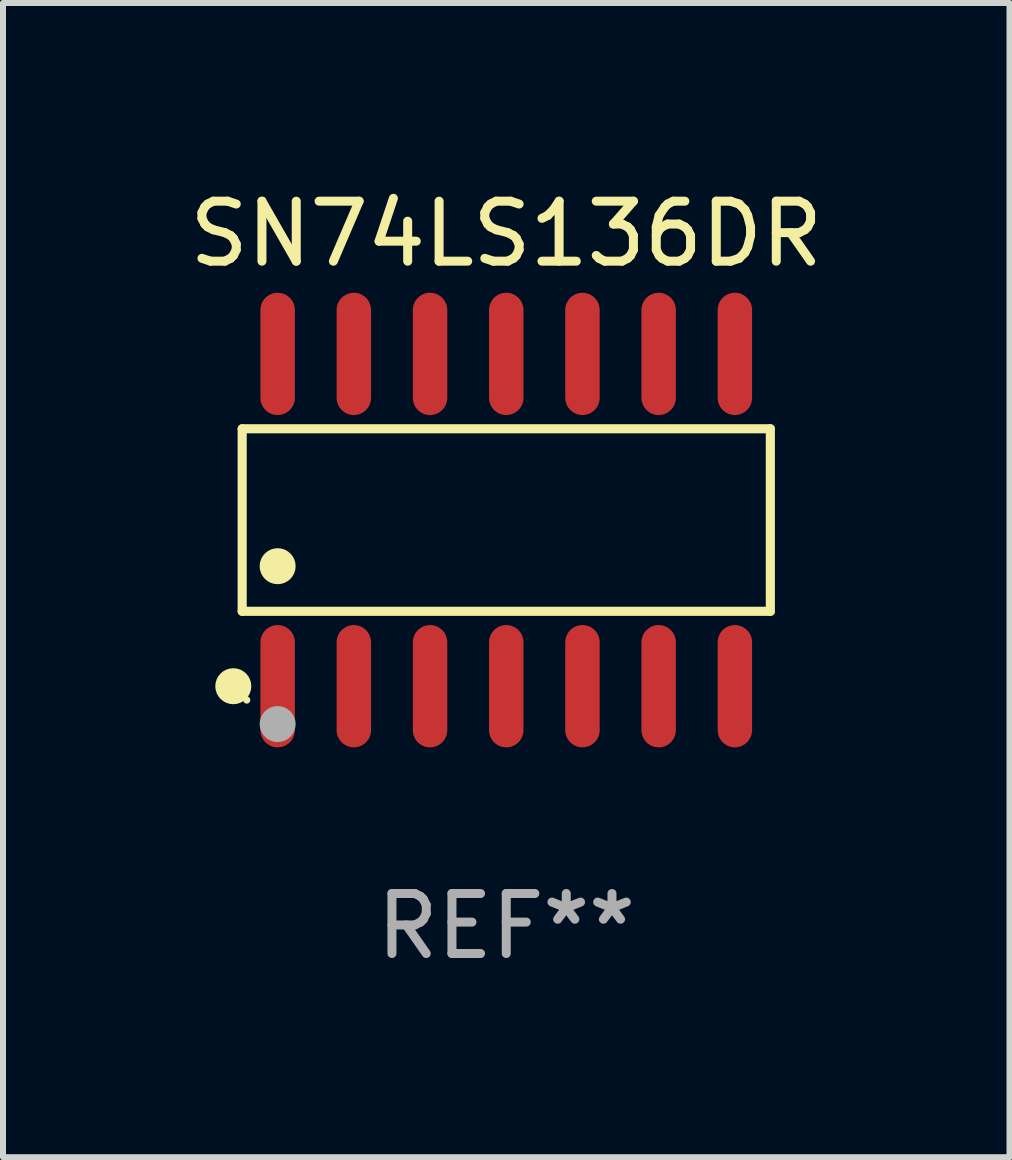
<source format=kicad_pcb>
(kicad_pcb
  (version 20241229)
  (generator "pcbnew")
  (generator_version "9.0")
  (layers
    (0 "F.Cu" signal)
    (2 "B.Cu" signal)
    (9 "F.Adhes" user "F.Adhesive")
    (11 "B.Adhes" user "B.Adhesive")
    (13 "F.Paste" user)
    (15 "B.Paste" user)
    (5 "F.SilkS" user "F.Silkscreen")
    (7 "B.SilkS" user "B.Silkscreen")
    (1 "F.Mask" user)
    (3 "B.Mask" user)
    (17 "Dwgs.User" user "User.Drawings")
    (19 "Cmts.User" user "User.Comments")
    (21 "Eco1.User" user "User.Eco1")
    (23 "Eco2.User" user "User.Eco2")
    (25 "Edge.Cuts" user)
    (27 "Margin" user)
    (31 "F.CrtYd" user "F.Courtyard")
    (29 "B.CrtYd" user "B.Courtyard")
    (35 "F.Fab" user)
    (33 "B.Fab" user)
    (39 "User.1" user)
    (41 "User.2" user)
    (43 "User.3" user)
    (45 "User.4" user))
  (footprint "SN74LS136DR"
    (layer "F.Cu")
    (at 5.387 5.617)
    (property "Reference" "SN74LS136DR" (at 0 -4.769 0) (layer "F.SilkS") (effects (font (size 1 1) (thickness 0.15))))
    (attr through_hole)
    (fp_line (start -4.401 -1.521) (end 4.401 -1.521) (stroke (width 0.152) (type solid)) (layer "F.SilkS"))
    (fp_line (start -4.401 1.521) (end -4.401 -1.521) (stroke (width 0.152) (type solid)) (layer "F.SilkS"))
    (fp_line (start 4.401 -1.521) (end 4.401 1.521) (stroke (width 0.152) (type solid)) (layer "F.SilkS"))
    (fp_line (start 4.401 1.521) (end -4.401 1.521) (stroke (width 0.152) (type solid)) (layer "F.SilkS"))
    (fp_circle (center -4.549 2.769) (end -4.399 2.769) (stroke (width 0.3) (type solid)) (fill no) (layer "F.SilkS"))
    (fp_circle (center -4.325 3) (end -4.295 3) (stroke (width 0.06) (type solid)) (fill no) (layer "F.SilkS"))
    (fp_circle (center -3.81 0.769) (end -3.66 0.769) (stroke (width 0.3) (type solid)) (fill no) (layer "F.SilkS"))
    (fp_circle (center -3.81 3.4) (end -3.66 3.4) (stroke (width 0.3) (type solid)) (fill no) (layer "F.Fab"))
    (fp_text user "REF**" (at 0 6.769 0) (layer "F.Fab") (effects (font (size 1 1) (thickness 0.15))))
    (pad "1" smd oval (at -3.81 2.769) (size 0.574 2.038) (layers "F.Cu" "F.Mask" "F.Paste"))
    (pad "2" smd oval (at -2.54 2.769) (size 0.574 2.038) (layers "F.Cu" "F.Mask" "F.Paste"))
    (pad "3" smd oval (at -1.27 2.769) (size 0.574 2.038) (layers "F.Cu" "F.Mask" "F.Paste"))
    (pad "4" smd oval (at 0 2.769) (size 0.574 2.038) (layers "F.Cu" "F.Mask" "F.Paste"))
    (pad "5" smd oval (at 1.27 2.769) (size 0.574 2.038) (layers "F.Cu" "F.Mask" "F.Paste"))
    (pad "6" smd oval (at 2.54 2.769) (size 0.574 2.038) (layers "F.Cu" "F.Mask" "F.Paste"))
    (pad "7" smd oval (at 3.81 2.769) (size 0.574 2.038) (layers "F.Cu" "F.Mask" "F.Paste"))
    (pad "8" smd oval (at 3.81 -2.769) (size 0.574 2.038) (layers "F.Cu" "F.Mask" "F.Paste"))
    (pad "9" smd oval (at 2.54 -2.769) (size 0.574 2.038) (layers "F.Cu" "F.Mask" "F.Paste"))
    (pad "10" smd oval (at 1.27 -2.769) (size 0.574 2.038) (layers "F.Cu" "F.Mask" "F.Paste"))
    (pad "11" smd oval (at 0 -2.769) (size 0.574 2.038) (layers "F.Cu" "F.Mask" "F.Paste"))
    (pad "12" smd oval (at -1.27 -2.769) (size 0.574 2.038) (layers "F.Cu" "F.Mask" "F.Paste"))
    (pad "13" smd oval (at -2.54 -2.769) (size 0.574 2.038) (layers "F.Cu" "F.Mask" "F.Paste"))
    (pad "14" smd oval (at -3.81 -2.769) (size 0.574 2.038) (layers "F.Cu" "F.Mask" "F.Paste")))
  (gr_rect
    (start -3 -3)
    (end 13.774 16.235)
    (stroke (width 0.1) (type default))
    (fill no)
    (layer "Edge.Cuts")))
</source>
